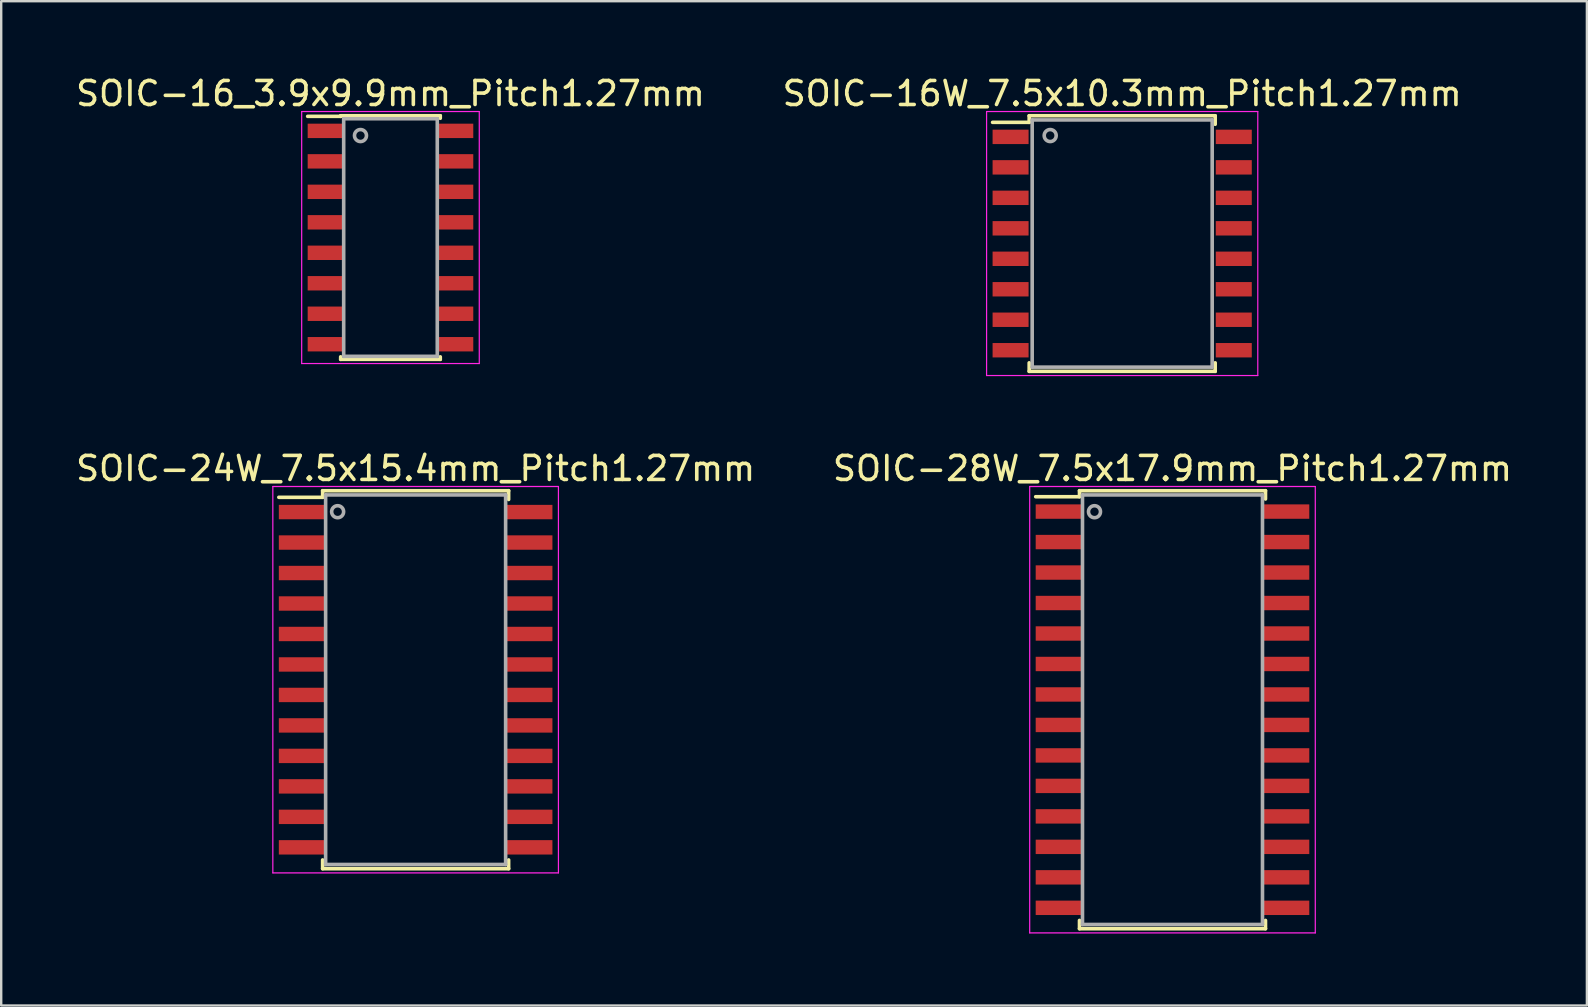
<source format=kicad_pcb>
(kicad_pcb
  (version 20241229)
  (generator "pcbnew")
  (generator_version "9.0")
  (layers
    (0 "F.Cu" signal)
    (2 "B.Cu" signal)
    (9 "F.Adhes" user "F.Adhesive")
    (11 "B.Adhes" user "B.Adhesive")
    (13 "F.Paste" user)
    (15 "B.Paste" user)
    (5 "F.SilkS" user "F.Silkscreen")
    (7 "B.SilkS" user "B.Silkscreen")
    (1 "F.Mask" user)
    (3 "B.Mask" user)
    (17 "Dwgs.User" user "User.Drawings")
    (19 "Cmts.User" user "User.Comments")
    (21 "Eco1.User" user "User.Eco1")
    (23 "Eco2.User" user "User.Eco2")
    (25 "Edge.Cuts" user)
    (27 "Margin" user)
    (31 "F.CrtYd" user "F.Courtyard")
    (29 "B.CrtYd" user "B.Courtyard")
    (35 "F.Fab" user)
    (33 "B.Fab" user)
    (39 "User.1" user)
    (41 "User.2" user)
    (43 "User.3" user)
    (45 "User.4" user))
  (footprint "SOIC-24W_7.5x15.4mm_Pitch1.27mm"
    (layer "F.Cu")
    (at 14.268 25.271)
    (property "Reference" "SOIC-24W_7.5x15.4mm_Pitch1.27mm" (at 0 -8.8 0) (layer "F.SilkS") (effects (font (size 1 1) (thickness 0.15))))
    (attr smd)
    (fp_line (start -3.875 -7.875) (end -3.875 -7.6) (stroke (width 0.15) (type solid)) (layer "F.SilkS"))
    (fp_line (start -3.875 -7.875) (end 3.875 -7.875) (stroke (width 0.15) (type solid)) (layer "F.SilkS"))
    (fp_line (start -3.875 -7.6) (end -5.7 -7.6) (stroke (width 0.15) (type solid)) (layer "F.SilkS"))
    (fp_line (start -3.875 7.875) (end -3.875 7.51) (stroke (width 0.15) (type solid)) (layer "F.SilkS"))
    (fp_line (start -3.875 7.875) (end 3.875 7.875) (stroke (width 0.15) (type solid)) (layer "F.SilkS"))
    (fp_line (start 3.875 -7.875) (end 3.875 -7.51) (stroke (width 0.15) (type solid)) (layer "F.SilkS"))
    (fp_line (start 3.875 7.875) (end 3.875 7.51) (stroke (width 0.15) (type solid)) (layer "F.SilkS"))
    (fp_line (start -5.95 -8.05) (end -5.95 8.05) (stroke (width 0.05) (type solid)) (layer "F.CrtYd"))
    (fp_line (start -5.95 -8.05) (end 5.95 -8.05) (stroke (width 0.05) (type solid)) (layer "F.CrtYd"))
    (fp_line (start -5.95 8.05) (end 5.95 8.05) (stroke (width 0.05) (type solid)) (layer "F.CrtYd"))
    (fp_line (start 5.95 -8.05) (end 5.95 8.05) (stroke (width 0.05) (type solid)) (layer "F.CrtYd"))
    (fp_line (start -3.75 -7.7) (end -3.75 7.7) (stroke (width 0.15) (type solid)) (layer "F.Fab"))
    (fp_line (start -3.75 7.7) (end 3.75 7.7) (stroke (width 0.15) (type solid)) (layer "F.Fab"))
    (fp_line (start 3.75 -7.7) (end -3.75 -7.7) (stroke (width 0.15) (type solid)) (layer "F.Fab"))
    (fp_line (start 3.75 7.7) (end 3.75 -7.7) (stroke (width 0.15) (type solid)) (layer "F.Fab"))
    (fp_circle (center -3.25 -7) (end -3.5 -7) (stroke (width 0.15) (type solid)) (fill no) (layer "F.Fab"))
    (pad "1" smd rect (at -4.7 -6.985) (size 2 0.6) (layers "F.Cu" "F.Mask" "F.Paste"))
    (pad "2" smd rect (at -4.7 -5.715) (size 2 0.6) (layers "F.Cu" "F.Mask" "F.Paste"))
    (pad "3" smd rect (at -4.7 -4.445) (size 2 0.6) (layers "F.Cu" "F.Mask" "F.Paste"))
    (pad "4" smd rect (at -4.7 -3.175) (size 2 0.6) (layers "F.Cu" "F.Mask" "F.Paste"))
    (pad "5" smd rect (at -4.7 -1.905) (size 2 0.6) (layers "F.Cu" "F.Mask" "F.Paste"))
    (pad "6" smd rect (at -4.7 -0.635) (size 2 0.6) (layers "F.Cu" "F.Mask" "F.Paste"))
    (pad "7" smd rect (at -4.7 0.635) (size 2 0.6) (layers "F.Cu" "F.Mask" "F.Paste"))
    (pad "8" smd rect (at -4.7 1.905) (size 2 0.6) (layers "F.Cu" "F.Mask" "F.Paste"))
    (pad "9" smd rect (at -4.7 3.175) (size 2 0.6) (layers "F.Cu" "F.Mask" "F.Paste"))
    (pad "10" smd rect (at -4.7 4.445) (size 2 0.6) (layers "F.Cu" "F.Mask" "F.Paste"))
    (pad "11" smd rect (at -4.7 5.715) (size 2 0.6) (layers "F.Cu" "F.Mask" "F.Paste"))
    (pad "12" smd rect (at -4.7 6.985) (size 2 0.6) (layers "F.Cu" "F.Mask" "F.Paste"))
    (pad "13" smd rect (at 4.7 6.985) (size 2 0.6) (layers "F.Cu" "F.Mask" "F.Paste"))
    (pad "14" smd rect (at 4.7 5.715) (size 2 0.6) (layers "F.Cu" "F.Mask" "F.Paste"))
    (pad "15" smd rect (at 4.7 4.445) (size 2 0.6) (layers "F.Cu" "F.Mask" "F.Paste"))
    (pad "16" smd rect (at 4.7 3.175) (size 2 0.6) (layers "F.Cu" "F.Mask" "F.Paste"))
    (pad "17" smd rect (at 4.7 1.905) (size 2 0.6) (layers "F.Cu" "F.Mask" "F.Paste"))
    (pad "18" smd rect (at 4.7 0.635) (size 2 0.6) (layers "F.Cu" "F.Mask" "F.Paste"))
    (pad "19" smd rect (at 4.7 -0.635) (size 2 0.6) (layers "F.Cu" "F.Mask" "F.Paste"))
    (pad "20" smd rect (at 4.7 -1.905) (size 2 0.6) (layers "F.Cu" "F.Mask" "F.Paste"))
    (pad "21" smd rect (at 4.7 -3.175) (size 2 0.6) (layers "F.Cu" "F.Mask" "F.Paste"))
    (pad "22" smd rect (at 4.7 -4.445) (size 2 0.6) (layers "F.Cu" "F.Mask" "F.Paste"))
    (pad "23" smd rect (at 4.7 -5.715) (size 2 0.6) (layers "F.Cu" "F.Mask" "F.Paste"))
    (pad "24" smd rect (at 4.7 -6.985) (size 2 0.6) (layers "F.Cu" "F.Mask" "F.Paste")))
  (footprint "SOIC-16W_7.5x10.3mm_Pitch1.27mm"
    (layer "F.Cu")
    (at 43.708 7.098)
    (property "Reference" "SOIC-16W_7.5x10.3mm_Pitch1.27mm" (at 0 -6.25 0) (layer "F.SilkS") (effects (font (size 1 1) (thickness 0.15))))
    (attr smd)
    (fp_line (start -3.875 -5.325) (end -3.875 -5.05) (stroke (width 0.15) (type solid)) (layer "F.SilkS"))
    (fp_line (start -3.875 -5.325) (end 3.875 -5.325) (stroke (width 0.15) (type solid)) (layer "F.SilkS"))
    (fp_line (start -3.875 -5.05) (end -5.4 -5.05) (stroke (width 0.15) (type solid)) (layer "F.SilkS"))
    (fp_line (start -3.875 5.325) (end -3.875 4.97) (stroke (width 0.15) (type solid)) (layer "F.SilkS"))
    (fp_line (start -3.875 5.325) (end 3.875 5.325) (stroke (width 0.15) (type solid)) (layer "F.SilkS"))
    (fp_line (start 3.875 -5.325) (end 3.875 -4.97) (stroke (width 0.15) (type solid)) (layer "F.SilkS"))
    (fp_line (start 3.875 5.325) (end 3.875 4.97) (stroke (width 0.15) (type solid)) (layer "F.SilkS"))
    (fp_line (start -5.65 -5.5) (end -5.65 5.5) (stroke (width 0.05) (type solid)) (layer "F.CrtYd"))
    (fp_line (start -5.65 -5.5) (end 5.65 -5.5) (stroke (width 0.05) (type solid)) (layer "F.CrtYd"))
    (fp_line (start -5.65 5.5) (end 5.65 5.5) (stroke (width 0.05) (type solid)) (layer "F.CrtYd"))
    (fp_line (start 5.65 -5.5) (end 5.65 5.5) (stroke (width 0.05) (type solid)) (layer "F.CrtYd"))
    (fp_line (start -3.75 -5.15) (end -3.75 5.15) (stroke (width 0.15) (type solid)) (layer "F.Fab"))
    (fp_line (start -3.75 5.15) (end 3.75 5.15) (stroke (width 0.15) (type solid)) (layer "F.Fab"))
    (fp_line (start 3.75 -5.15) (end -3.75 -5.15) (stroke (width 0.15) (type solid)) (layer "F.Fab"))
    (fp_line (start 3.75 5.15) (end 3.75 -5.15) (stroke (width 0.15) (type solid)) (layer "F.Fab"))
    (fp_circle (center -3 -4.5) (end -3.25 -4.5) (stroke (width 0.15) (type solid)) (fill no) (layer "F.Fab"))
    (pad "1" smd rect (at -4.65 -4.445) (size 1.5 0.6) (layers "F.Cu" "F.Mask" "F.Paste"))
    (pad "2" smd rect (at -4.65 -3.175) (size 1.5 0.6) (layers "F.Cu" "F.Mask" "F.Paste"))
    (pad "3" smd rect (at -4.65 -1.905) (size 1.5 0.6) (layers "F.Cu" "F.Mask" "F.Paste"))
    (pad "4" smd rect (at -4.65 -0.635) (size 1.5 0.6) (layers "F.Cu" "F.Mask" "F.Paste"))
    (pad "5" smd rect (at -4.65 0.635) (size 1.5 0.6) (layers "F.Cu" "F.Mask" "F.Paste"))
    (pad "6" smd rect (at -4.65 1.905) (size 1.5 0.6) (layers "F.Cu" "F.Mask" "F.Paste"))
    (pad "7" smd rect (at -4.65 3.175) (size 1.5 0.6) (layers "F.Cu" "F.Mask" "F.Paste"))
    (pad "8" smd rect (at -4.65 4.445) (size 1.5 0.6) (layers "F.Cu" "F.Mask" "F.Paste"))
    (pad "9" smd rect (at 4.65 4.445) (size 1.5 0.6) (layers "F.Cu" "F.Mask" "F.Paste"))
    (pad "10" smd rect (at 4.65 3.175) (size 1.5 0.6) (layers "F.Cu" "F.Mask" "F.Paste"))
    (pad "11" smd rect (at 4.65 1.905) (size 1.5 0.6) (layers "F.Cu" "F.Mask" "F.Paste"))
    (pad "12" smd rect (at 4.65 0.635) (size 1.5 0.6) (layers "F.Cu" "F.Mask" "F.Paste"))
    (pad "13" smd rect (at 4.65 -0.635) (size 1.5 0.6) (layers "F.Cu" "F.Mask" "F.Paste"))
    (pad "14" smd rect (at 4.65 -1.905) (size 1.5 0.6) (layers "F.Cu" "F.Mask" "F.Paste"))
    (pad "15" smd rect (at 4.65 -3.175) (size 1.5 0.6) (layers "F.Cu" "F.Mask" "F.Paste"))
    (pad "16" smd rect (at 4.65 -4.445) (size 1.5 0.6) (layers "F.Cu" "F.Mask" "F.Paste")))
  (footprint "SOIC-28W_7.5x17.9mm_Pitch1.27mm"
    (layer "F.Cu")
    (at 45.804 26.521)
    (property "Reference" "SOIC-28W_7.5x17.9mm_Pitch1.27mm" (at 0 -10.05 0) (layer "F.SilkS") (effects (font (size 1 1) (thickness 0.15))))
    (attr smd)
    (fp_line (start -3.875 -9.125) (end -3.875 -8.875) (stroke (width 0.15) (type solid)) (layer "F.SilkS"))
    (fp_line (start -3.875 -9.125) (end 3.875 -9.125) (stroke (width 0.15) (type solid)) (layer "F.SilkS"))
    (fp_line (start -3.875 -8.875) (end -5.7 -8.875) (stroke (width 0.15) (type solid)) (layer "F.SilkS"))
    (fp_line (start -3.875 9.125) (end -3.875 8.78) (stroke (width 0.15) (type solid)) (layer "F.SilkS"))
    (fp_line (start -3.875 9.125) (end 3.875 9.125) (stroke (width 0.15) (type solid)) (layer "F.SilkS"))
    (fp_line (start 3.875 -9.125) (end 3.875 -8.78) (stroke (width 0.15) (type solid)) (layer "F.SilkS"))
    (fp_line (start 3.875 9.125) (end 3.875 8.78) (stroke (width 0.15) (type solid)) (layer "F.SilkS"))
    (fp_line (start -5.95 -9.3) (end -5.95 9.3) (stroke (width 0.05) (type solid)) (layer "F.CrtYd"))
    (fp_line (start -5.95 -9.3) (end 5.95 -9.3) (stroke (width 0.05) (type solid)) (layer "F.CrtYd"))
    (fp_line (start -5.95 9.3) (end 5.95 9.3) (stroke (width 0.05) (type solid)) (layer "F.CrtYd"))
    (fp_line (start 5.95 -9.3) (end 5.95 9.3) (stroke (width 0.05) (type solid)) (layer "F.CrtYd"))
    (fp_line (start -3.75 -8.95) (end -3.75 8.95) (stroke (width 0.15) (type solid)) (layer "F.Fab"))
    (fp_line (start -3.75 8.95) (end 3.75 8.95) (stroke (width 0.15) (type solid)) (layer "F.Fab"))
    (fp_line (start 3.75 -8.95) (end -3.75 -8.95) (stroke (width 0.15) (type solid)) (layer "F.Fab"))
    (fp_line (start 3.75 8.95) (end 3.75 -8.95) (stroke (width 0.15) (type solid)) (layer "F.Fab"))
    (fp_circle (center -3.25 -8.25) (end -3.5 -8.25) (stroke (width 0.15) (type solid)) (fill no) (layer "F.Fab"))
    (pad "1" smd rect (at -4.7 -8.255) (size 2 0.6) (layers "F.Cu" "F.Mask" "F.Paste"))
    (pad "2" smd rect (at -4.7 -6.985) (size 2 0.6) (layers "F.Cu" "F.Mask" "F.Paste"))
    (pad "3" smd rect (at -4.7 -5.715) (size 2 0.6) (layers "F.Cu" "F.Mask" "F.Paste"))
    (pad "4" smd rect (at -4.7 -4.445) (size 2 0.6) (layers "F.Cu" "F.Mask" "F.Paste"))
    (pad "5" smd rect (at -4.7 -3.175) (size 2 0.6) (layers "F.Cu" "F.Mask" "F.Paste"))
    (pad "6" smd rect (at -4.7 -1.905) (size 2 0.6) (layers "F.Cu" "F.Mask" "F.Paste"))
    (pad "7" smd rect (at -4.7 -0.635) (size 2 0.6) (layers "F.Cu" "F.Mask" "F.Paste"))
    (pad "8" smd rect (at -4.7 0.635) (size 2 0.6) (layers "F.Cu" "F.Mask" "F.Paste"))
    (pad "9" smd rect (at -4.7 1.905) (size 2 0.6) (layers "F.Cu" "F.Mask" "F.Paste"))
    (pad "10" smd rect (at -4.7 3.175) (size 2 0.6) (layers "F.Cu" "F.Mask" "F.Paste"))
    (pad "11" smd rect (at -4.7 4.445) (size 2 0.6) (layers "F.Cu" "F.Mask" "F.Paste"))
    (pad "12" smd rect (at -4.7 5.715) (size 2 0.6) (layers "F.Cu" "F.Mask" "F.Paste"))
    (pad "13" smd rect (at -4.7 6.985) (size 2 0.6) (layers "F.Cu" "F.Mask" "F.Paste"))
    (pad "14" smd rect (at -4.7 8.255) (size 2 0.6) (layers "F.Cu" "F.Mask" "F.Paste"))
    (pad "15" smd rect (at 4.7 8.255) (size 2 0.6) (layers "F.Cu" "F.Mask" "F.Paste"))
    (pad "16" smd rect (at 4.7 6.985) (size 2 0.6) (layers "F.Cu" "F.Mask" "F.Paste"))
    (pad "17" smd rect (at 4.7 5.715) (size 2 0.6) (layers "F.Cu" "F.Mask" "F.Paste"))
    (pad "18" smd rect (at 4.7 4.445) (size 2 0.6) (layers "F.Cu" "F.Mask" "F.Paste"))
    (pad "19" smd rect (at 4.7 3.175) (size 2 0.6) (layers "F.Cu" "F.Mask" "F.Paste"))
    (pad "20" smd rect (at 4.7 1.905) (size 2 0.6) (layers "F.Cu" "F.Mask" "F.Paste"))
    (pad "21" smd rect (at 4.7 0.635) (size 2 0.6) (layers "F.Cu" "F.Mask" "F.Paste"))
    (pad "22" smd rect (at 4.7 -0.635) (size 2 0.6) (layers "F.Cu" "F.Mask" "F.Paste"))
    (pad "23" smd rect (at 4.7 -1.905) (size 2 0.6) (layers "F.Cu" "F.Mask" "F.Paste"))
    (pad "24" smd rect (at 4.7 -3.175) (size 2 0.6) (layers "F.Cu" "F.Mask" "F.Paste"))
    (pad "25" smd rect (at 4.7 -4.445) (size 2 0.6) (layers "F.Cu" "F.Mask" "F.Paste"))
    (pad "26" smd rect (at 4.7 -5.715) (size 2 0.6) (layers "F.Cu" "F.Mask" "F.Paste"))
    (pad "27" smd rect (at 4.7 -6.985) (size 2 0.6) (layers "F.Cu" "F.Mask" "F.Paste"))
    (pad "28" smd rect (at 4.7 -8.255) (size 2 0.6) (layers "F.Cu" "F.Mask" "F.Paste")))
  (footprint "SOIC-16_3.9x9.9mm_Pitch1.27mm"
    (layer "F.Cu")
    (at 13.22 6.848)
    (property "Reference" "SOIC-16_3.9x9.9mm_Pitch1.27mm" (at 0 -6 0) (layer "F.SilkS") (effects (font (size 1 1) (thickness 0.15))))
    (attr smd)
    (fp_line (start -2.075 -5.075) (end -2.075 -5.05) (stroke (width 0.15) (type solid)) (layer "F.SilkS"))
    (fp_line (start -2.075 -5.075) (end 2.075 -5.075) (stroke (width 0.15) (type solid)) (layer "F.SilkS"))
    (fp_line (start -2.075 -5.05) (end -3.45 -5.05) (stroke (width 0.15) (type solid)) (layer "F.SilkS"))
    (fp_line (start -2.075 5.075) (end -2.075 4.97) (stroke (width 0.15) (type solid)) (layer "F.SilkS"))
    (fp_line (start -2.075 5.075) (end 2.075 5.075) (stroke (width 0.15) (type solid)) (layer "F.SilkS"))
    (fp_line (start 2.075 -5.075) (end 2.075 -4.97) (stroke (width 0.15) (type solid)) (layer "F.SilkS"))
    (fp_line (start 2.075 5.075) (end 2.075 4.97) (stroke (width 0.15) (type solid)) (layer "F.SilkS"))
    (fp_line (start -3.7 -5.25) (end -3.7 5.25) (stroke (width 0.05) (type solid)) (layer "F.CrtYd"))
    (fp_line (start -3.7 -5.25) (end 3.7 -5.25) (stroke (width 0.05) (type solid)) (layer "F.CrtYd"))
    (fp_line (start -3.7 5.25) (end 3.7 5.25) (stroke (width 0.05) (type solid)) (layer "F.CrtYd"))
    (fp_line (start 3.7 -5.25) (end 3.7 5.25) (stroke (width 0.05) (type solid)) (layer "F.CrtYd"))
    (fp_line (start -1.95 -4.95) (end -1.95 4.95) (stroke (width 0.15) (type solid)) (layer "F.Fab"))
    (fp_line (start -1.95 4.95) (end 1.95 4.95) (stroke (width 0.15) (type solid)) (layer "F.Fab"))
    (fp_line (start 1.95 -4.95) (end -1.95 -4.95) (stroke (width 0.15) (type solid)) (layer "F.Fab"))
    (fp_line (start 1.95 4.95) (end 1.95 -4.95) (stroke (width 0.15) (type solid)) (layer "F.Fab"))
    (fp_circle (center -1.25 -4.25) (end -1.5 -4.25) (stroke (width 0.15) (type solid)) (fill no) (layer "F.Fab"))
    (pad "1" smd rect (at -2.7 -4.445) (size 1.5 0.6) (layers "F.Cu" "F.Mask" "F.Paste"))
    (pad "2" smd rect (at -2.7 -3.175) (size 1.5 0.6) (layers "F.Cu" "F.Mask" "F.Paste"))
    (pad "3" smd rect (at -2.7 -1.905) (size 1.5 0.6) (layers "F.Cu" "F.Mask" "F.Paste"))
    (pad "4" smd rect (at -2.7 -0.635) (size 1.5 0.6) (layers "F.Cu" "F.Mask" "F.Paste"))
    (pad "5" smd rect (at -2.7 0.635) (size 1.5 0.6) (layers "F.Cu" "F.Mask" "F.Paste"))
    (pad "6" smd rect (at -2.7 1.905) (size 1.5 0.6) (layers "F.Cu" "F.Mask" "F.Paste"))
    (pad "7" smd rect (at -2.7 3.175) (size 1.5 0.6) (layers "F.Cu" "F.Mask" "F.Paste"))
    (pad "8" smd rect (at -2.7 4.445) (size 1.5 0.6) (layers "F.Cu" "F.Mask" "F.Paste"))
    (pad "9" smd rect (at 2.7 4.445) (size 1.5 0.6) (layers "F.Cu" "F.Mask" "F.Paste"))
    (pad "10" smd rect (at 2.7 3.175) (size 1.5 0.6) (layers "F.Cu" "F.Mask" "F.Paste"))
    (pad "11" smd rect (at 2.7 1.905) (size 1.5 0.6) (layers "F.Cu" "F.Mask" "F.Paste"))
    (pad "12" smd rect (at 2.7 0.635) (size 1.5 0.6) (layers "F.Cu" "F.Mask" "F.Paste"))
    (pad "13" smd rect (at 2.7 -0.635) (size 1.5 0.6) (layers "F.Cu" "F.Mask" "F.Paste"))
    (pad "14" smd rect (at 2.7 -1.905) (size 1.5 0.6) (layers "F.Cu" "F.Mask" "F.Paste"))
    (pad "15" smd rect (at 2.7 -3.175) (size 1.5 0.6) (layers "F.Cu" "F.Mask" "F.Paste"))
    (pad "16" smd rect (at 2.7 -4.445) (size 1.5 0.6) (layers "F.Cu" "F.Mask" "F.Paste")))
  (gr_rect
    (start -3 -3)
    (end 63.071 38.846)
    (stroke (width 0.1) (type default))
    (fill no)
    (layer "Edge.Cuts")))
</source>
